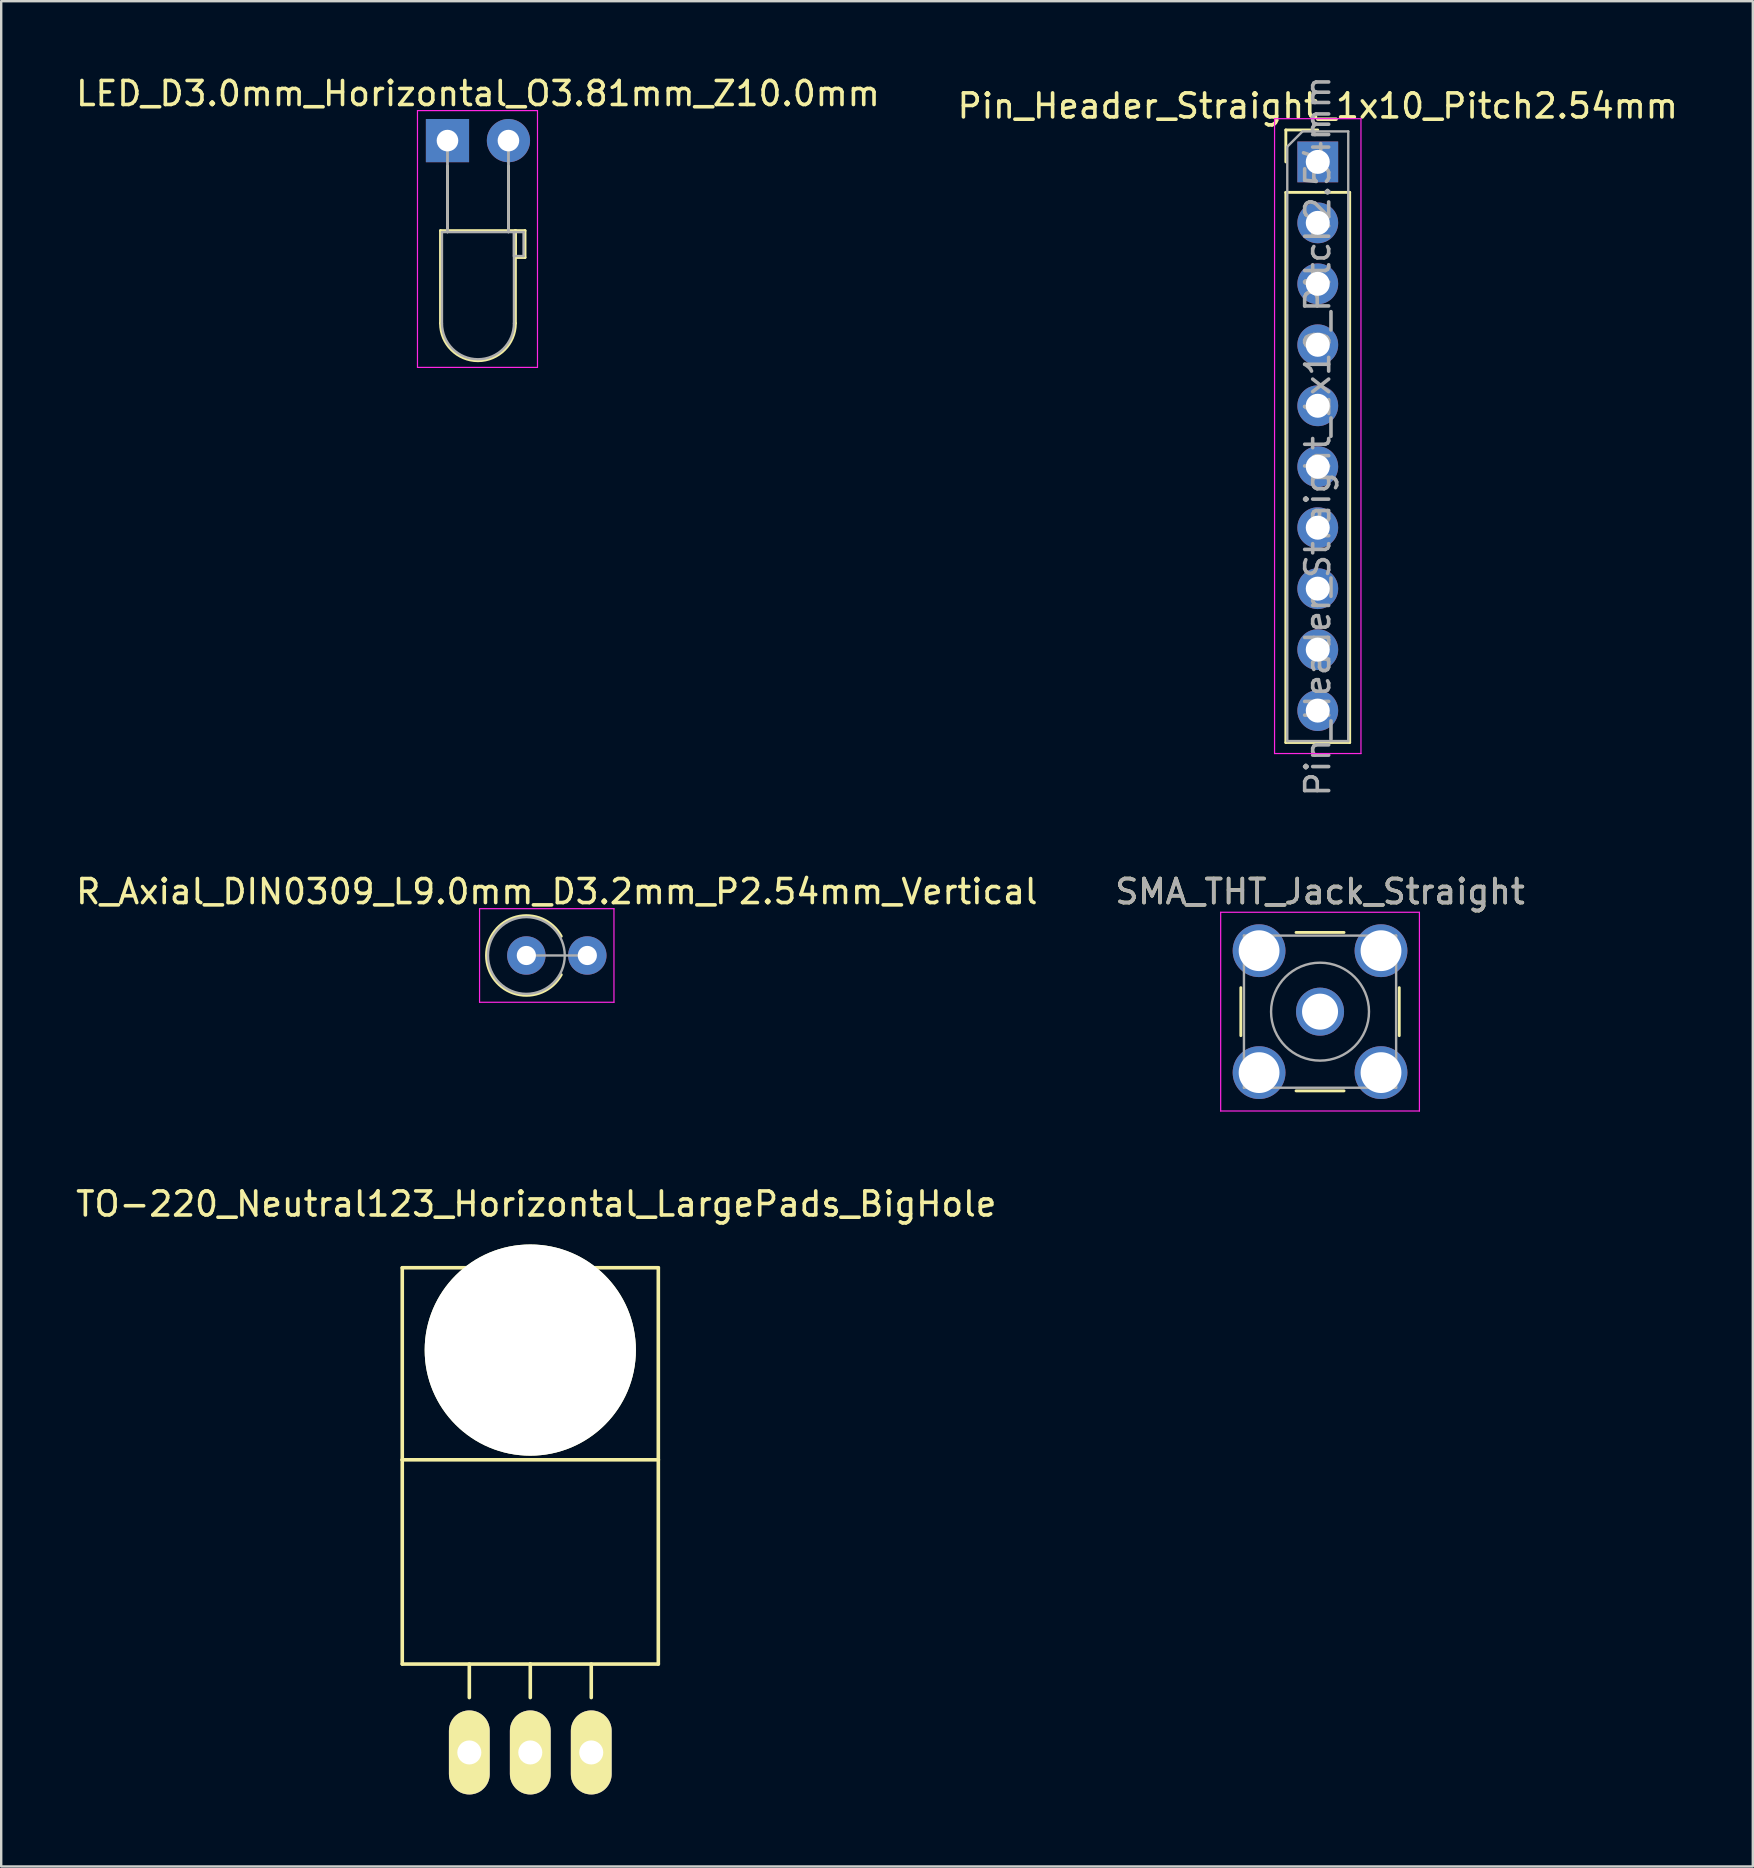
<source format=kicad_pcb>
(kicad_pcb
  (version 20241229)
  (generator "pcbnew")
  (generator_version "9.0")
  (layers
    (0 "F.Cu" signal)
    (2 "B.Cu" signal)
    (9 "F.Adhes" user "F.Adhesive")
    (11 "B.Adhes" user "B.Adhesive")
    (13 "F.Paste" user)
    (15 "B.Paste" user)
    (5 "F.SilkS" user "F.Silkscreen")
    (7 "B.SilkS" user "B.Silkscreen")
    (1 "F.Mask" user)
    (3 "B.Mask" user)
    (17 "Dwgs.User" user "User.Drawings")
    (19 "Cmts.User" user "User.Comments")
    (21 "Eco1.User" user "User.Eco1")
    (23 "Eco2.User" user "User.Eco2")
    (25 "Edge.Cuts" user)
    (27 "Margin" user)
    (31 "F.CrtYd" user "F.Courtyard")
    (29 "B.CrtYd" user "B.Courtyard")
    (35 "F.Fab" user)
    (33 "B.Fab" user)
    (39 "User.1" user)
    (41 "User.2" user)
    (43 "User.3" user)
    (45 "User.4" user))
  (footprint "SMA_THT_Jack_Straight"
    (layer "F.Cu")
    (at 51.946 39.098)
    (property "Reference" "SMA_THT_Jack_Straight" (at 0 -5 0) (layer "F.SilkS") (effects (font (size 1 1) (thickness 0.15))))
    (attr through_hole)
    (fp_line (start -3.3 -1) (end -3.3 1) (stroke (width 0.12) (type solid)) (layer "F.SilkS"))
    (fp_line (start -1 -3.3) (end 1 -3.3) (stroke (width 0.12) (type solid)) (layer "F.SilkS"))
    (fp_line (start -1 3.3) (end 1 3.3) (stroke (width 0.12) (type solid)) (layer "F.SilkS"))
    (fp_line (start 3.3 -1) (end 3.3 1) (stroke (width 0.12) (type solid)) (layer "F.SilkS"))
    (fp_line (start -4.14 -4.14) (end -4.14 4.14) (stroke (width 0.05) (type solid)) (layer "F.CrtYd"))
    (fp_line (start -4.14 -4.14) (end 4.14 -4.14) (stroke (width 0.05) (type solid)) (layer "F.CrtYd"))
    (fp_line (start 4.14 4.14) (end -4.14 4.14) (stroke (width 0.05) (type solid)) (layer "F.CrtYd"))
    (fp_line (start 4.14 4.14) (end 4.14 -4.14) (stroke (width 0.05) (type solid)) (layer "F.CrtYd"))
    (fp_line (start -3.17 -3.17) (end -3.17 3.17) (stroke (width 0.1) (type solid)) (layer "F.Fab"))
    (fp_line (start -3.17 -3.17) (end 3.17 -3.17) (stroke (width 0.1) (type solid)) (layer "F.Fab"))
    (fp_line (start -3.17 3.17) (end 3.17 3.17) (stroke (width 0.1) (type solid)) (layer "F.Fab"))
    (fp_line (start -3.05 -3.05) (end -3.05 -2.03) (stroke (width 0.1) (type solid)) (layer "F.Fab"))
    (fp_line (start -3.05 -3.05) (end -2.03 -3.05) (stroke (width 0.1) (type solid)) (layer "F.Fab"))
    (fp_line (start -3.05 -2.03) (end -2.03 -2.03) (stroke (width 0.1) (type solid)) (layer "F.Fab"))
    (fp_line (start -3.05 2.03) (end -2.03 2.03) (stroke (width 0.1) (type solid)) (layer "F.Fab"))
    (fp_line (start -3.05 3.05) (end -3.05 2.03) (stroke (width 0.1) (type solid)) (layer "F.Fab"))
    (fp_line (start -3.05 3.05) (end -2.03 3.05) (stroke (width 0.1) (type solid)) (layer "F.Fab"))
    (fp_line (start -2.03 -3.05) (end -2.03 -2.03) (stroke (width 0.1) (type solid)) (layer "F.Fab"))
    (fp_line (start -2.03 2.03) (end -2.03 3.05) (stroke (width 0.1) (type solid)) (layer "F.Fab"))
    (fp_line (start 2.03 -3.05) (end 2.03 -2.03) (stroke (width 0.1) (type solid)) (layer "F.Fab"))
    (fp_line (start 2.03 -3.05) (end 3.05 -3.05) (stroke (width 0.1) (type solid)) (layer "F.Fab"))
    (fp_line (start 2.03 -2.03) (end 3.05 -2.03) (stroke (width 0.1) (type solid)) (layer "F.Fab"))
    (fp_line (start 2.03 2.03) (end 2.03 3.05) (stroke (width 0.1) (type solid)) (layer "F.Fab"))
    (fp_line (start 2.03 3.05) (end 3.05 3.05) (stroke (width 0.1) (type solid)) (layer "F.Fab"))
    (fp_line (start 3.05 -3.05) (end 3.05 -2.03) (stroke (width 0.1) (type solid)) (layer "F.Fab"))
    (fp_line (start 3.05 2.03) (end 2.03 2.03) (stroke (width 0.1) (type solid)) (layer "F.Fab"))
    (fp_line (start 3.05 2.03) (end 3.05 3.05) (stroke (width 0.1) (type solid)) (layer "F.Fab"))
    (fp_line (start 3.17 -3.17) (end 3.17 3.17) (stroke (width 0.1) (type solid)) (layer "F.Fab"))
    (fp_circle (center 0 0) (end 0.635 0) (stroke (width 0.1) (type solid)) (fill no) (layer "F.Fab"))
    (fp_circle (center 0 0) (end 2.04 0) (stroke (width 0.1) (type solid)) (fill no) (layer "F.Fab"))
    (fp_text user "${REFERENCE}" (at 0 -5 0) (layer "F.Fab") (effects (font (size 1 1) (thickness 0.15))))
    (pad "1" thru_hole circle (at 0 0) (size 2 2) (drill 1.5) (layers "*.Cu" "*.Mask"))
    (pad "2" thru_hole circle (at -2.54 -2.54) (size 2.2 2.2) (drill 1.7) (layers "*.Cu" "*.Mask"))
    (pad "2" thru_hole circle (at -2.54 2.54) (size 2.2 2.2) (drill 1.7) (layers "*.Cu" "*.Mask"))
    (pad "2" thru_hole circle (at 2.54 -2.54) (size 2.2 2.2) (drill 1.7) (layers "*.Cu" "*.Mask"))
    (pad "2" thru_hole circle (at 2.54 2.54) (size 2.2 2.2) (drill 1.7) (layers "*.Cu" "*.Mask")))
  (footprint "R_Axial_DIN0309_L9.0mm_D3.2mm_P2.54mm_Vertical"
    (layer "F.Cu")
    (at 18.879 36.758)
    (property "Reference" "R_Axial_DIN0309_L9.0mm_D3.2mm_P2.54mm_Vertical" (at 1.27 -2.66 0) (layer "F.SilkS") (effects (font (size 1 1) (thickness 0.15))))
    (attr through_hole)
    (fp_arc (start 1.454828 0.799422) (mid -1.66 0.00033) (end 1.45451 -0.8) (stroke (width 0.12) (type solid)) (layer "F.SilkS"))
    (fp_line (start -1.95 -1.95) (end -1.95 1.95) (stroke (width 0.05) (type solid)) (layer "F.CrtYd"))
    (fp_line (start -1.95 1.95) (end 3.65 1.95) (stroke (width 0.05) (type solid)) (layer "F.CrtYd"))
    (fp_line (start 3.65 -1.95) (end -1.95 -1.95) (stroke (width 0.05) (type solid)) (layer "F.CrtYd"))
    (fp_line (start 3.65 1.95) (end 3.65 -1.95) (stroke (width 0.05) (type solid)) (layer "F.CrtYd"))
    (fp_line (start 0 0) (end 2.54 0) (stroke (width 0.1) (type solid)) (layer "F.Fab"))
    (fp_circle (center 0 0) (end 1.6 0) (stroke (width 0.1) (type solid)) (fill no) (layer "F.Fab"))
    (pad "1" thru_hole circle (at 0 0) (size 1.6 1.6) (drill 0.8) (layers "*.Cu" "*.Mask"))
    (pad "2" thru_hole oval (at 2.54 0) (size 1.6 1.6) (drill 0.8) (layers "*.Cu" "*.Mask")))
  (footprint "LED_D3.0mm_Horizontal_O3.81mm_Z10.0mm"
    (layer "F.Cu")
    (at 15.593 2.808)
    (property "Reference" "LED_D3.0mm_Horizontal_O3.81mm_Z10.0mm" (at 1.27 -1.96 0) (layer "F.SilkS") (effects (font (size 1 1) (thickness 0.15))))
    (attr through_hole)
    (fp_line (start -0.29 3.75) (end -0.29 7.61) (stroke (width 0.12) (type solid)) (layer "F.SilkS"))
    (fp_line (start -0.29 3.75) (end 2.83 3.75) (stroke (width 0.12) (type solid)) (layer "F.SilkS"))
    (fp_line (start 0 1.08) (end 0 1.08) (stroke (width 0.12) (type solid)) (layer "F.SilkS"))
    (fp_line (start 0 1.08) (end 0 3.75) (stroke (width 0.12) (type solid)) (layer "F.SilkS"))
    (fp_line (start 0 3.75) (end 0 1.08) (stroke (width 0.12) (type solid)) (layer "F.SilkS"))
    (fp_line (start 0 3.75) (end 0 3.75) (stroke (width 0.12) (type solid)) (layer "F.SilkS"))
    (fp_line (start 2.54 1.08) (end 2.54 1.08) (stroke (width 0.12) (type solid)) (layer "F.SilkS"))
    (fp_line (start 2.54 1.08) (end 2.54 3.75) (stroke (width 0.12) (type solid)) (layer "F.SilkS"))
    (fp_line (start 2.54 3.75) (end 2.54 1.08) (stroke (width 0.12) (type solid)) (layer "F.SilkS"))
    (fp_line (start 2.54 3.75) (end 2.54 3.75) (stroke (width 0.12) (type solid)) (layer "F.SilkS"))
    (fp_line (start 2.83 3.75) (end 2.83 7.61) (stroke (width 0.12) (type solid)) (layer "F.SilkS"))
    (fp_line (start 2.83 3.75) (end 3.23 3.75) (stroke (width 0.12) (type solid)) (layer "F.SilkS"))
    (fp_line (start 2.83 4.87) (end 2.83 3.75) (stroke (width 0.12) (type solid)) (layer "F.SilkS"))
    (fp_line (start 3.23 3.75) (end 3.23 4.87) (stroke (width 0.12) (type solid)) (layer "F.SilkS"))
    (fp_line (start 3.23 4.87) (end 2.83 4.87) (stroke (width 0.12) (type solid)) (layer "F.SilkS"))
    (fp_arc (start 2.83 7.61) (mid 1.27 9.17) (end -0.29 7.61) (stroke (width 0.12) (type solid)) (layer "F.SilkS"))
    (fp_line (start -1.25 -1.25) (end -1.25 9.45) (stroke (width 0.05) (type solid)) (layer "F.CrtYd"))
    (fp_line (start -1.25 9.45) (end 3.75 9.45) (stroke (width 0.05) (type solid)) (layer "F.CrtYd"))
    (fp_line (start 3.75 -1.25) (end -1.25 -1.25) (stroke (width 0.05) (type solid)) (layer "F.CrtYd"))
    (fp_line (start 3.75 9.45) (end 3.75 -1.25) (stroke (width 0.05) (type solid)) (layer "F.CrtYd"))
    (fp_line (start -0.23 3.81) (end -0.23 7.61) (stroke (width 0.1) (type solid)) (layer "F.Fab"))
    (fp_line (start -0.23 3.81) (end 2.77 3.81) (stroke (width 0.1) (type solid)) (layer "F.Fab"))
    (fp_line (start 0 0) (end 0 0) (stroke (width 0.1) (type solid)) (layer "F.Fab"))
    (fp_line (start 0 0) (end 0 3.81) (stroke (width 0.1) (type solid)) (layer "F.Fab"))
    (fp_line (start 0 3.81) (end 0 0) (stroke (width 0.1) (type solid)) (layer "F.Fab"))
    (fp_line (start 0 3.81) (end 0 3.81) (stroke (width 0.1) (type solid)) (layer "F.Fab"))
    (fp_line (start 2.54 0) (end 2.54 0) (stroke (width 0.1) (type solid)) (layer "F.Fab"))
    (fp_line (start 2.54 0) (end 2.54 3.81) (stroke (width 0.1) (type solid)) (layer "F.Fab"))
    (fp_line (start 2.54 3.81) (end 2.54 0) (stroke (width 0.1) (type solid)) (layer "F.Fab"))
    (fp_line (start 2.54 3.81) (end 2.54 3.81) (stroke (width 0.1) (type solid)) (layer "F.Fab"))
    (fp_line (start 2.77 3.81) (end 2.77 7.61) (stroke (width 0.1) (type solid)) (layer "F.Fab"))
    (fp_line (start 2.77 3.81) (end 3.17 3.81) (stroke (width 0.1) (type solid)) (layer "F.Fab"))
    (fp_line (start 2.77 4.81) (end 2.77 3.81) (stroke (width 0.1) (type solid)) (layer "F.Fab"))
    (fp_line (start 3.17 3.81) (end 3.17 4.81) (stroke (width 0.1) (type solid)) (layer "F.Fab"))
    (fp_line (start 3.17 4.81) (end 2.77 4.81) (stroke (width 0.1) (type solid)) (layer "F.Fab"))
    (fp_arc (start 2.77 7.61) (mid 1.27 9.11) (end -0.23 7.61) (stroke (width 0.1) (type solid)) (layer "F.Fab"))
    (pad "1" thru_hole rect (at 0 0) (size 1.8 1.8) (drill 0.9) (layers "*.Cu" "*.Mask"))
    (pad "2" thru_hole circle (at 2.54 0) (size 1.8 1.8) (drill 0.9) (layers "*.Cu" "*.Mask")))
  (footprint "Pin_Header_Straight_1x10_Pitch2.54mm"
    (layer "F.Cu")
    (at 51.851 3.695)
    (property "Reference" "Pin_Header_Straight_1x10_Pitch2.54mm" (at 0 -2.33 0) (layer "F.SilkS") (effects (font (size 1 1) (thickness 0.15))))
    (attr through_hole)
    (fp_line (start -1.33 -1.33) (end 0 -1.33) (stroke (width 0.12) (type solid)) (layer "F.SilkS"))
    (fp_line (start -1.33 0) (end -1.33 -1.33) (stroke (width 0.12) (type solid)) (layer "F.SilkS"))
    (fp_line (start -1.33 1.27) (end -1.33 24.19) (stroke (width 0.12) (type solid)) (layer "F.SilkS"))
    (fp_line (start -1.33 1.27) (end 1.33 1.27) (stroke (width 0.12) (type solid)) (layer "F.SilkS"))
    (fp_line (start -1.33 24.19) (end 1.33 24.19) (stroke (width 0.12) (type solid)) (layer "F.SilkS"))
    (fp_line (start 1.33 1.27) (end 1.33 24.19) (stroke (width 0.12) (type solid)) (layer "F.SilkS"))
    (fp_line (start -1.8 -1.8) (end -1.8 24.65) (stroke (width 0.05) (type solid)) (layer "F.CrtYd"))
    (fp_line (start -1.8 24.65) (end 1.8 24.65) (stroke (width 0.05) (type solid)) (layer "F.CrtYd"))
    (fp_line (start 1.8 -1.8) (end -1.8 -1.8) (stroke (width 0.05) (type solid)) (layer "F.CrtYd"))
    (fp_line (start 1.8 24.65) (end 1.8 -1.8) (stroke (width 0.05) (type solid)) (layer "F.CrtYd"))
    (fp_line (start -1.27 -0.635) (end -0.635 -1.27) (stroke (width 0.1) (type solid)) (layer "F.Fab"))
    (fp_line (start -1.27 24.13) (end -1.27 -0.635) (stroke (width 0.1) (type solid)) (layer "F.Fab"))
    (fp_line (start -0.635 -1.27) (end 1.27 -1.27) (stroke (width 0.1) (type solid)) (layer "F.Fab"))
    (fp_line (start 1.27 -1.27) (end 1.27 24.13) (stroke (width 0.1) (type solid)) (layer "F.Fab"))
    (fp_line (start 1.27 24.13) (end -1.27 24.13) (stroke (width 0.1) (type solid)) (layer "F.Fab"))
    (fp_text user "${REFERENCE}" (at 0 11.43 90) (layer "F.Fab") (effects (font (size 1 1) (thickness 0.15))))
    (pad "1" thru_hole rect (at 0 0) (size 1.7 1.7) (drill 1) (layers "*.Cu" "*.Mask"))
    (pad "2" thru_hole oval (at 0 2.54) (size 1.7 1.7) (drill 1) (layers "*.Cu" "*.Mask"))
    (pad "3" thru_hole oval (at 0 5.08) (size 1.7 1.7) (drill 1) (layers "*.Cu" "*.Mask"))
    (pad "4" thru_hole oval (at 0 7.62) (size 1.7 1.7) (drill 1) (layers "*.Cu" "*.Mask"))
    (pad "5" thru_hole oval (at 0 10.16) (size 1.7 1.7) (drill 1) (layers "*.Cu" "*.Mask"))
    (pad "6" thru_hole oval (at 0 12.7) (size 1.7 1.7) (drill 1) (layers "*.Cu" "*.Mask"))
    (pad "7" thru_hole oval (at 0 15.24) (size 1.7 1.7) (drill 1) (layers "*.Cu" "*.Mask"))
    (pad "8" thru_hole oval (at 0 17.78) (size 1.7 1.7) (drill 1) (layers "*.Cu" "*.Mask"))
    (pad "9" thru_hole oval (at 0 20.32) (size 1.7 1.7) (drill 1) (layers "*.Cu" "*.Mask"))
    (pad "10" thru_hole oval (at 0 22.86) (size 1.7 1.7) (drill 1) (layers "*.Cu" "*.Mask")))
  (footprint "TO-220_Neutral123_Horizontal_LargePads_BigHole"
    (layer "F.Cu")
    (at 19.043 69.961)
    (property "Reference" "TO-220_Neutral123_Horizontal_LargePads_BigHole" (at 0.249 -22.85 0) (layer "F.SilkS") (effects (font (size 1 1) (thickness 0.15))))
    (attr through_hole)
    (fp_line (start -5.334 -20.193) (end -5.334 -12.192) (stroke (width 0.15) (type solid)) (layer "F.SilkS"))
    (fp_line (start -5.334 -12.192) (end -5.334 -3.683) (stroke (width 0.15) (type solid)) (layer "F.SilkS"))
    (fp_line (start -2.54 -3.683) (end -2.54 -2.286) (stroke (width 0.15) (type solid)) (layer "F.SilkS"))
    (fp_line (start 0 -3.683) (end -5.334 -3.683) (stroke (width 0.15) (type solid)) (layer "F.SilkS"))
    (fp_line (start 0 -3.683) (end 0 -2.286) (stroke (width 0.15) (type solid)) (layer "F.SilkS"))
    (fp_line (start 0 -3.683) (end 5.334 -3.683) (stroke (width 0.15) (type solid)) (layer "F.SilkS"))
    (fp_line (start 2.54 -3.683) (end 2.54 -2.286) (stroke (width 0.15) (type solid)) (layer "F.SilkS"))
    (fp_line (start 5.334 -20.193) (end -5.334 -20.193) (stroke (width 0.15) (type solid)) (layer "F.SilkS"))
    (fp_line (start 5.334 -12.192) (end -5.334 -12.192) (stroke (width 0.15) (type solid)) (layer "F.SilkS"))
    (fp_line (start 5.334 -12.192) (end 5.334 -20.193) (stroke (width 0.15) (type solid)) (layer "F.SilkS"))
    (fp_line (start 5.334 -3.683) (end 5.334 -12.192) (stroke (width 0.15) (type solid)) (layer "F.SilkS"))
    (fp_circle (center 0 -16.764) (end 1.778 -14.986) (stroke (width 0.15) (type solid)) (fill no) (layer "F.SilkS"))
    (pad "" np_thru_hole circle (at 0 -16.764 90) (size 8.8 8.8) (drill 8.8) (layers "*.Cu" "*.Mask" "F.SilkS"))
    (pad "1" thru_hole oval (at -2.54 0 90) (size 3.5 1.699) (drill 1.001) (layers "*.Cu" "*.Mask" "F.SilkS"))
    (pad "2" thru_hole oval (at 0 0 90) (size 3.5 1.699) (drill 1.001) (layers "*.Cu" "*.Mask" "F.SilkS"))
    (pad "3" thru_hole oval (at 2.54 0 90) (size 3.5 1.699) (drill 1.001) (layers "*.Cu" "*.Mask" "F.SilkS")))
  (gr_rect
    (start -3 -3)
    (end 69.976 74.711)
    (stroke (width 0.1) (type default))
    (fill no)
    (layer "Edge.Cuts")))
</source>
